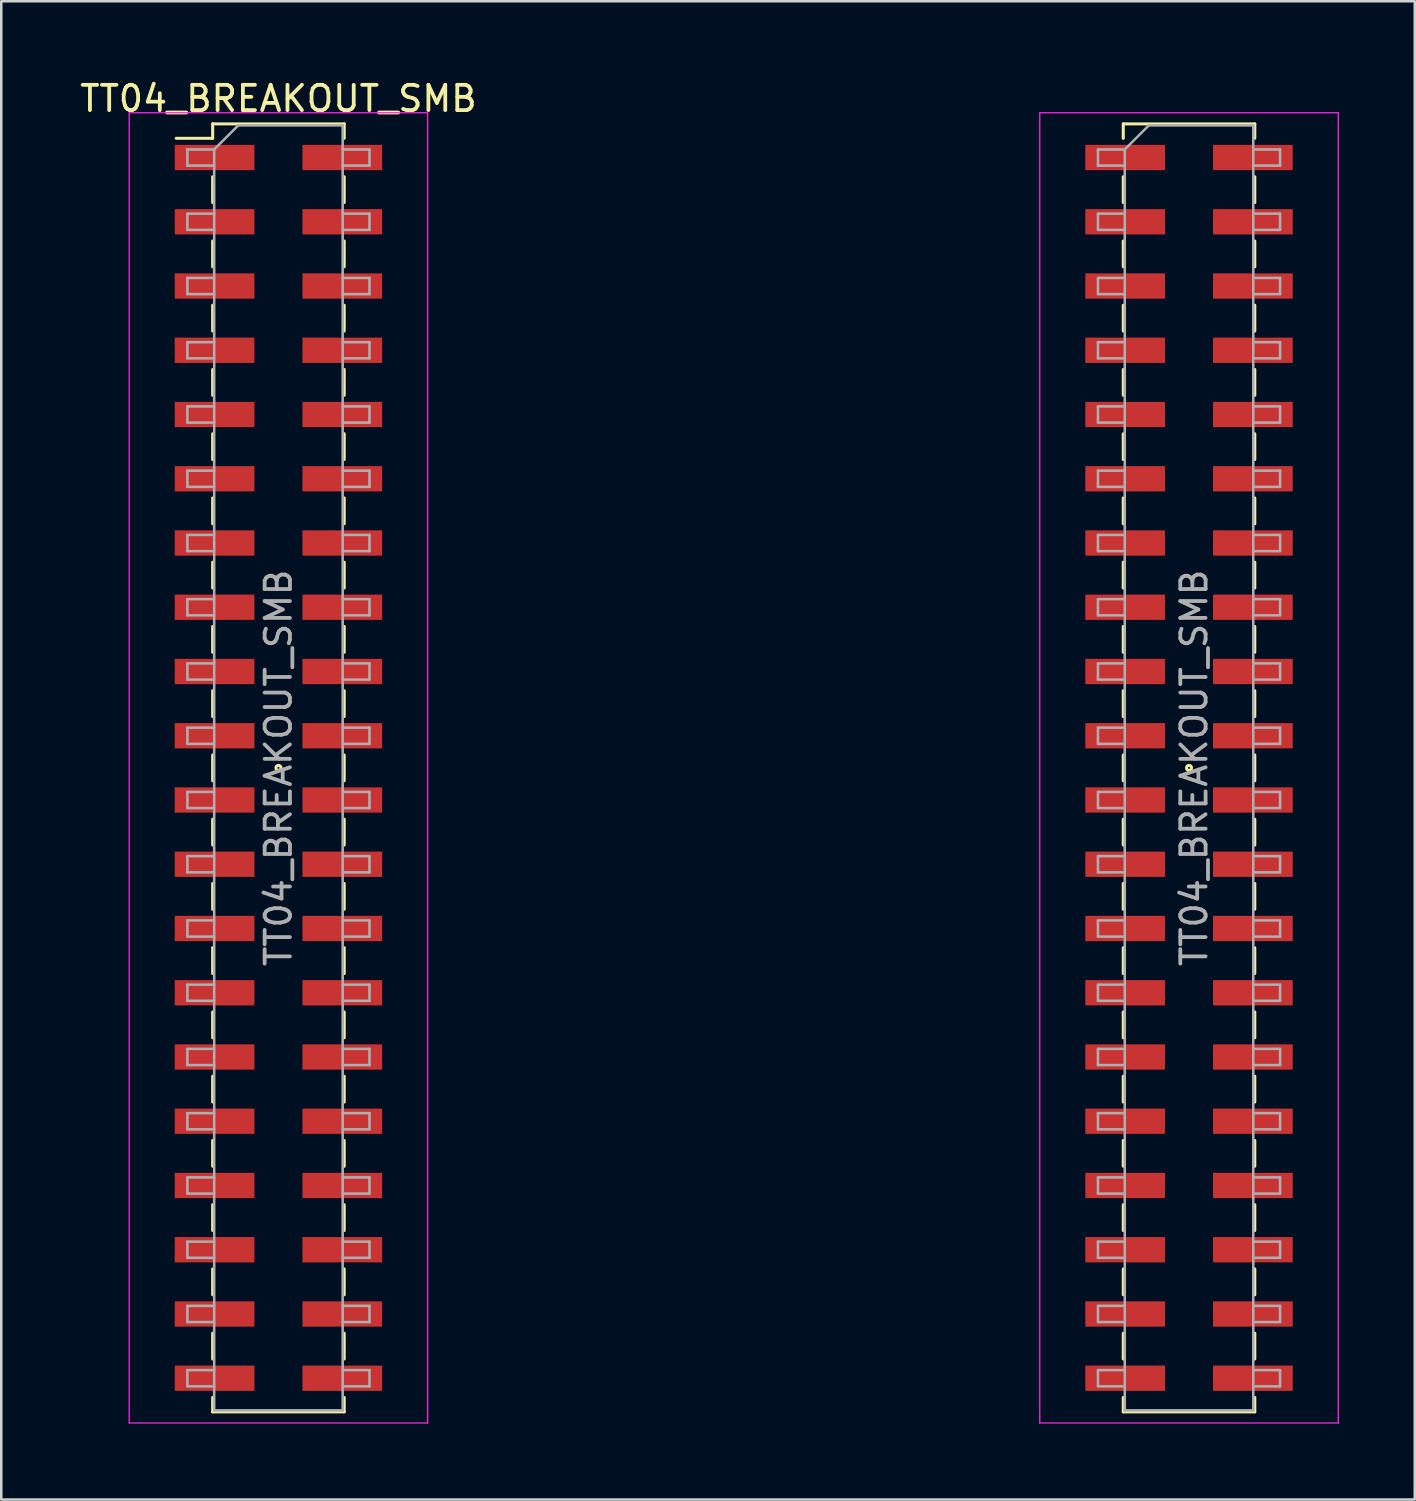
<source format=kicad_pcb>
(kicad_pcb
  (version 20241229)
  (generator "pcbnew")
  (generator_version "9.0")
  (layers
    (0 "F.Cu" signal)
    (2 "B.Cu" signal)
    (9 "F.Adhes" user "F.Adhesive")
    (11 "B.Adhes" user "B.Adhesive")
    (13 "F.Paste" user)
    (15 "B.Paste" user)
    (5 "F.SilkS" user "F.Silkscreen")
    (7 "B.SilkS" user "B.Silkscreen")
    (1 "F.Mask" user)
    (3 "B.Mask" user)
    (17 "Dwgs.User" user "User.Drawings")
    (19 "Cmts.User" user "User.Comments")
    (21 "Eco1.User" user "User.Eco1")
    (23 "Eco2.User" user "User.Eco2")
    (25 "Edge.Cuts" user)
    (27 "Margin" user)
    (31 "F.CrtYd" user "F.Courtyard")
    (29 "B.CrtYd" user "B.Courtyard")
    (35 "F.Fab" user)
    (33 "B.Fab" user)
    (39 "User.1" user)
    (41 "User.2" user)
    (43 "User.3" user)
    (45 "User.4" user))
  (footprint "TT04_BREAKOUT_SMB"
    (layer "F.Cu")
    (at 25.958 27.308)
    (property "Reference" "TT04_BREAKOUT_SMB" (at -18 -26.46 0) (layer "F.SilkS") (effects (font (size 1 1) (thickness 0.15))))
    (attr smd)
    (fp_line (start -22.04 -24.89) (end -20.6 -24.89) (stroke (width 0.12) (type solid)) (layer "F.SilkS"))
    (fp_line (start -20.6 -25.46) (end -20.6 -24.89) (stroke (width 0.12) (type solid)) (layer "F.SilkS"))
    (fp_line (start -20.6 -25.46) (end -15.4 -25.46) (stroke (width 0.12) (type solid)) (layer "F.SilkS"))
    (fp_line (start -20.6 -23.37) (end -20.6 -22.35) (stroke (width 0.12) (type solid)) (layer "F.SilkS"))
    (fp_line (start -20.6 -20.83) (end -20.6 -19.81) (stroke (width 0.12) (type solid)) (layer "F.SilkS"))
    (fp_line (start -20.6 -18.29) (end -20.6 -17.27) (stroke (width 0.12) (type solid)) (layer "F.SilkS"))
    (fp_line (start -20.6 -15.75) (end -20.6 -14.73) (stroke (width 0.12) (type solid)) (layer "F.SilkS"))
    (fp_line (start -20.6 -13.21) (end -20.6 -12.19) (stroke (width 0.12) (type solid)) (layer "F.SilkS"))
    (fp_line (start -20.6 -10.67) (end -20.6 -9.65) (stroke (width 0.12) (type solid)) (layer "F.SilkS"))
    (fp_line (start -20.6 -8.13) (end -20.6 -7.11) (stroke (width 0.12) (type solid)) (layer "F.SilkS"))
    (fp_line (start -20.6 -5.59) (end -20.6 -4.57) (stroke (width 0.12) (type solid)) (layer "F.SilkS"))
    (fp_line (start -20.6 -3.05) (end -20.6 -2.03) (stroke (width 0.12) (type solid)) (layer "F.SilkS"))
    (fp_line (start -20.6 -0.51) (end -20.6 0.51) (stroke (width 0.12) (type solid)) (layer "F.SilkS"))
    (fp_line (start -20.6 2.03) (end -20.6 3.05) (stroke (width 0.12) (type solid)) (layer "F.SilkS"))
    (fp_line (start -20.6 4.57) (end -20.6 5.59) (stroke (width 0.12) (type solid)) (layer "F.SilkS"))
    (fp_line (start -20.6 7.11) (end -20.6 8.13) (stroke (width 0.12) (type solid)) (layer "F.SilkS"))
    (fp_line (start -20.6 9.65) (end -20.6 10.67) (stroke (width 0.12) (type solid)) (layer "F.SilkS"))
    (fp_line (start -20.6 12.19) (end -20.6 13.21) (stroke (width 0.12) (type solid)) (layer "F.SilkS"))
    (fp_line (start -20.6 14.73) (end -20.6 15.75) (stroke (width 0.12) (type solid)) (layer "F.SilkS"))
    (fp_line (start -20.6 17.27) (end -20.6 18.29) (stroke (width 0.12) (type solid)) (layer "F.SilkS"))
    (fp_line (start -20.6 19.81) (end -20.6 20.83) (stroke (width 0.12) (type solid)) (layer "F.SilkS"))
    (fp_line (start -20.6 22.35) (end -20.6 23.37) (stroke (width 0.12) (type solid)) (layer "F.SilkS"))
    (fp_line (start -20.6 24.89) (end -20.6 25.46) (stroke (width 0.12) (type solid)) (layer "F.SilkS"))
    (fp_line (start -20.6 25.46) (end -15.4 25.46) (stroke (width 0.12) (type solid)) (layer "F.SilkS"))
    (fp_line (start -15.4 -25.46) (end -15.4 -24.89) (stroke (width 0.12) (type solid)) (layer "F.SilkS"))
    (fp_line (start -15.4 -23.37) (end -15.4 -22.35) (stroke (width 0.12) (type solid)) (layer "F.SilkS"))
    (fp_line (start -15.4 -20.83) (end -15.4 -19.81) (stroke (width 0.12) (type solid)) (layer "F.SilkS"))
    (fp_line (start -15.4 -18.29) (end -15.4 -17.27) (stroke (width 0.12) (type solid)) (layer "F.SilkS"))
    (fp_line (start -15.4 -15.75) (end -15.4 -14.73) (stroke (width 0.12) (type solid)) (layer "F.SilkS"))
    (fp_line (start -15.4 -13.21) (end -15.4 -12.19) (stroke (width 0.12) (type solid)) (layer "F.SilkS"))
    (fp_line (start -15.4 -10.67) (end -15.4 -9.65) (stroke (width 0.12) (type solid)) (layer "F.SilkS"))
    (fp_line (start -15.4 -8.13) (end -15.4 -7.11) (stroke (width 0.12) (type solid)) (layer "F.SilkS"))
    (fp_line (start -15.4 -5.59) (end -15.4 -4.57) (stroke (width 0.12) (type solid)) (layer "F.SilkS"))
    (fp_line (start -15.4 -3.05) (end -15.4 -2.03) (stroke (width 0.12) (type solid)) (layer "F.SilkS"))
    (fp_line (start -15.4 -0.51) (end -15.4 0.51) (stroke (width 0.12) (type solid)) (layer "F.SilkS"))
    (fp_line (start -15.4 2.03) (end -15.4 3.05) (stroke (width 0.12) (type solid)) (layer "F.SilkS"))
    (fp_line (start -15.4 4.57) (end -15.4 5.59) (stroke (width 0.12) (type solid)) (layer "F.SilkS"))
    (fp_line (start -15.4 7.11) (end -15.4 8.13) (stroke (width 0.12) (type solid)) (layer "F.SilkS"))
    (fp_line (start -15.4 9.65) (end -15.4 10.67) (stroke (width 0.12) (type solid)) (layer "F.SilkS"))
    (fp_line (start -15.4 12.19) (end -15.4 13.21) (stroke (width 0.12) (type solid)) (layer "F.SilkS"))
    (fp_line (start -15.4 14.73) (end -15.4 15.75) (stroke (width 0.12) (type solid)) (layer "F.SilkS"))
    (fp_line (start -15.4 17.27) (end -15.4 18.29) (stroke (width 0.12) (type solid)) (layer "F.SilkS"))
    (fp_line (start -15.4 19.81) (end -15.4 20.83) (stroke (width 0.12) (type solid)) (layer "F.SilkS"))
    (fp_line (start -15.4 22.35) (end -15.4 23.37) (stroke (width 0.12) (type solid)) (layer "F.SilkS"))
    (fp_line (start -15.4 24.89) (end -15.4 25.46) (stroke (width 0.12) (type solid)) (layer "F.SilkS"))
    (fp_line (start 15.4 -25.46) (end 15.4 -24.89) (stroke (width 0.12) (type solid)) (layer "F.SilkS"))
    (fp_line (start 15.4 -25.46) (end 20.6 -25.46) (stroke (width 0.12) (type solid)) (layer "F.SilkS"))
    (fp_line (start 15.4 -23.37) (end 15.4 -22.35) (stroke (width 0.12) (type solid)) (layer "F.SilkS"))
    (fp_line (start 15.4 -20.83) (end 15.4 -19.81) (stroke (width 0.12) (type solid)) (layer "F.SilkS"))
    (fp_line (start 15.4 -18.29) (end 15.4 -17.27) (stroke (width 0.12) (type solid)) (layer "F.SilkS"))
    (fp_line (start 15.4 -15.75) (end 15.4 -14.73) (stroke (width 0.12) (type solid)) (layer "F.SilkS"))
    (fp_line (start 15.4 -13.21) (end 15.4 -12.19) (stroke (width 0.12) (type solid)) (layer "F.SilkS"))
    (fp_line (start 15.4 -10.67) (end 15.4 -9.65) (stroke (width 0.12) (type solid)) (layer "F.SilkS"))
    (fp_line (start 15.4 -8.13) (end 15.4 -7.11) (stroke (width 0.12) (type solid)) (layer "F.SilkS"))
    (fp_line (start 15.4 -5.59) (end 15.4 -4.57) (stroke (width 0.12) (type solid)) (layer "F.SilkS"))
    (fp_line (start 15.4 -3.05) (end 15.4 -2.03) (stroke (width 0.12) (type solid)) (layer "F.SilkS"))
    (fp_line (start 15.4 -0.51) (end 15.4 0.51) (stroke (width 0.12) (type solid)) (layer "F.SilkS"))
    (fp_line (start 15.4 2.03) (end 15.4 3.05) (stroke (width 0.12) (type solid)) (layer "F.SilkS"))
    (fp_line (start 15.4 4.57) (end 15.4 5.59) (stroke (width 0.12) (type solid)) (layer "F.SilkS"))
    (fp_line (start 15.4 7.11) (end 15.4 8.13) (stroke (width 0.12) (type solid)) (layer "F.SilkS"))
    (fp_line (start 15.4 9.65) (end 15.4 10.67) (stroke (width 0.12) (type solid)) (layer "F.SilkS"))
    (fp_line (start 15.4 12.19) (end 15.4 13.21) (stroke (width 0.12) (type solid)) (layer "F.SilkS"))
    (fp_line (start 15.4 14.73) (end 15.4 15.75) (stroke (width 0.12) (type solid)) (layer "F.SilkS"))
    (fp_line (start 15.4 17.27) (end 15.4 18.29) (stroke (width 0.12) (type solid)) (layer "F.SilkS"))
    (fp_line (start 15.4 19.81) (end 15.4 20.83) (stroke (width 0.12) (type solid)) (layer "F.SilkS"))
    (fp_line (start 15.4 22.35) (end 15.4 23.37) (stroke (width 0.12) (type solid)) (layer "F.SilkS"))
    (fp_line (start 15.4 24.89) (end 15.4 25.46) (stroke (width 0.12) (type solid)) (layer "F.SilkS"))
    (fp_line (start 15.4 25.46) (end 20.6 25.46) (stroke (width 0.12) (type solid)) (layer "F.SilkS"))
    (fp_line (start 20.6 -25.46) (end 20.6 -24.89) (stroke (width 0.12) (type solid)) (layer "F.SilkS"))
    (fp_line (start 20.6 -23.37) (end 20.6 -22.35) (stroke (width 0.12) (type solid)) (layer "F.SilkS"))
    (fp_line (start 20.6 -20.83) (end 20.6 -19.81) (stroke (width 0.12) (type solid)) (layer "F.SilkS"))
    (fp_line (start 20.6 -18.29) (end 20.6 -17.27) (stroke (width 0.12) (type solid)) (layer "F.SilkS"))
    (fp_line (start 20.6 -15.75) (end 20.6 -14.73) (stroke (width 0.12) (type solid)) (layer "F.SilkS"))
    (fp_line (start 20.6 -13.21) (end 20.6 -12.19) (stroke (width 0.12) (type solid)) (layer "F.SilkS"))
    (fp_line (start 20.6 -10.67) (end 20.6 -9.65) (stroke (width 0.12) (type solid)) (layer "F.SilkS"))
    (fp_line (start 20.6 -8.13) (end 20.6 -7.11) (stroke (width 0.12) (type solid)) (layer "F.SilkS"))
    (fp_line (start 20.6 -5.59) (end 20.6 -4.57) (stroke (width 0.12) (type solid)) (layer "F.SilkS"))
    (fp_line (start 20.6 -3.05) (end 20.6 -2.03) (stroke (width 0.12) (type solid)) (layer "F.SilkS"))
    (fp_line (start 20.6 -0.51) (end 20.6 0.51) (stroke (width 0.12) (type solid)) (layer "F.SilkS"))
    (fp_line (start 20.6 2.03) (end 20.6 3.05) (stroke (width 0.12) (type solid)) (layer "F.SilkS"))
    (fp_line (start 20.6 4.57) (end 20.6 5.59) (stroke (width 0.12) (type solid)) (layer "F.SilkS"))
    (fp_line (start 20.6 7.11) (end 20.6 8.13) (stroke (width 0.12) (type solid)) (layer "F.SilkS"))
    (fp_line (start 20.6 9.65) (end 20.6 10.67) (stroke (width 0.12) (type solid)) (layer "F.SilkS"))
    (fp_line (start 20.6 12.19) (end 20.6 13.21) (stroke (width 0.12) (type solid)) (layer "F.SilkS"))
    (fp_line (start 20.6 14.73) (end 20.6 15.75) (stroke (width 0.12) (type solid)) (layer "F.SilkS"))
    (fp_line (start 20.6 17.27) (end 20.6 18.29) (stroke (width 0.12) (type solid)) (layer "F.SilkS"))
    (fp_line (start 20.6 19.81) (end 20.6 20.83) (stroke (width 0.12) (type solid)) (layer "F.SilkS"))
    (fp_line (start 20.6 22.35) (end 20.6 23.37) (stroke (width 0.12) (type solid)) (layer "F.SilkS"))
    (fp_line (start 20.6 24.89) (end 20.6 25.46) (stroke (width 0.12) (type solid)) (layer "F.SilkS"))
    (fp_circle (center -18 0) (end -17.9 0) (stroke (width 0.12) (type default)) (fill no) (layer "F.SilkS"))
    (fp_circle (center 18 0) (end 18.1 0) (stroke (width 0.12) (type default)) (fill no) (layer "F.SilkS"))
    (fp_line (start -23.9 -25.9) (end -23.9 25.9) (stroke (width 0.05) (type solid)) (layer "F.CrtYd"))
    (fp_line (start -23.9 25.9) (end -12.1 25.9) (stroke (width 0.05) (type solid)) (layer "F.CrtYd"))
    (fp_line (start -12.1 -25.9) (end -23.9 -25.9) (stroke (width 0.05) (type solid)) (layer "F.CrtYd"))
    (fp_line (start -12.1 25.9) (end -12.1 -25.9) (stroke (width 0.05) (type solid)) (layer "F.CrtYd"))
    (fp_line (start 12.1 -25.9) (end 12.1 25.9) (stroke (width 0.05) (type solid)) (layer "F.CrtYd"))
    (fp_line (start 12.1 25.9) (end 23.9 25.9) (stroke (width 0.05) (type solid)) (layer "F.CrtYd"))
    (fp_line (start 23.9 -25.9) (end 12.1 -25.9) (stroke (width 0.05) (type solid)) (layer "F.CrtYd"))
    (fp_line (start 23.9 25.9) (end 23.9 -25.9) (stroke (width 0.05) (type solid)) (layer "F.CrtYd"))
    (fp_line (start -21.6 -24.45) (end -21.6 -23.81) (stroke (width 0.1) (type solid)) (layer "F.Fab"))
    (fp_line (start -21.6 -23.81) (end -20.54 -23.81) (stroke (width 0.1) (type solid)) (layer "F.Fab"))
    (fp_line (start -21.6 -21.91) (end -21.6 -21.27) (stroke (width 0.1) (type solid)) (layer "F.Fab"))
    (fp_line (start -21.6 -21.27) (end -20.54 -21.27) (stroke (width 0.1) (type solid)) (layer "F.Fab"))
    (fp_line (start -21.6 -19.37) (end -21.6 -18.73) (stroke (width 0.1) (type solid)) (layer "F.Fab"))
    (fp_line (start -21.6 -18.73) (end -20.54 -18.73) (stroke (width 0.1) (type solid)) (layer "F.Fab"))
    (fp_line (start -21.6 -16.83) (end -21.6 -16.19) (stroke (width 0.1) (type solid)) (layer "F.Fab"))
    (fp_line (start -21.6 -16.19) (end -20.54 -16.19) (stroke (width 0.1) (type solid)) (layer "F.Fab"))
    (fp_line (start -21.6 -14.29) (end -21.6 -13.65) (stroke (width 0.1) (type solid)) (layer "F.Fab"))
    (fp_line (start -21.6 -13.65) (end -20.54 -13.65) (stroke (width 0.1) (type solid)) (layer "F.Fab"))
    (fp_line (start -21.6 -11.75) (end -21.6 -11.11) (stroke (width 0.1) (type solid)) (layer "F.Fab"))
    (fp_line (start -21.6 -11.11) (end -20.54 -11.11) (stroke (width 0.1) (type solid)) (layer "F.Fab"))
    (fp_line (start -21.6 -9.21) (end -21.6 -8.57) (stroke (width 0.1) (type solid)) (layer "F.Fab"))
    (fp_line (start -21.6 -8.57) (end -20.54 -8.57) (stroke (width 0.1) (type solid)) (layer "F.Fab"))
    (fp_line (start -21.6 -6.67) (end -21.6 -6.03) (stroke (width 0.1) (type solid)) (layer "F.Fab"))
    (fp_line (start -21.6 -6.03) (end -20.54 -6.03) (stroke (width 0.1) (type solid)) (layer "F.Fab"))
    (fp_line (start -21.6 -4.13) (end -21.6 -3.49) (stroke (width 0.1) (type solid)) (layer "F.Fab"))
    (fp_line (start -21.6 -3.49) (end -20.54 -3.49) (stroke (width 0.1) (type solid)) (layer "F.Fab"))
    (fp_line (start -21.6 -1.59) (end -21.6 -0.95) (stroke (width 0.1) (type solid)) (layer "F.Fab"))
    (fp_line (start -21.6 -0.95) (end -20.54 -0.95) (stroke (width 0.1) (type solid)) (layer "F.Fab"))
    (fp_line (start -21.6 0.95) (end -21.6 1.59) (stroke (width 0.1) (type solid)) (layer "F.Fab"))
    (fp_line (start -21.6 1.59) (end -20.54 1.59) (stroke (width 0.1) (type solid)) (layer "F.Fab"))
    (fp_line (start -21.6 3.49) (end -21.6 4.13) (stroke (width 0.1) (type solid)) (layer "F.Fab"))
    (fp_line (start -21.6 4.13) (end -20.54 4.13) (stroke (width 0.1) (type solid)) (layer "F.Fab"))
    (fp_line (start -21.6 6.03) (end -21.6 6.67) (stroke (width 0.1) (type solid)) (layer "F.Fab"))
    (fp_line (start -21.6 6.67) (end -20.54 6.67) (stroke (width 0.1) (type solid)) (layer "F.Fab"))
    (fp_line (start -21.6 8.57) (end -21.6 9.21) (stroke (width 0.1) (type solid)) (layer "F.Fab"))
    (fp_line (start -21.6 9.21) (end -20.54 9.21) (stroke (width 0.1) (type solid)) (layer "F.Fab"))
    (fp_line (start -21.6 11.11) (end -21.6 11.75) (stroke (width 0.1) (type solid)) (layer "F.Fab"))
    (fp_line (start -21.6 11.75) (end -20.54 11.75) (stroke (width 0.1) (type solid)) (layer "F.Fab"))
    (fp_line (start -21.6 13.65) (end -21.6 14.29) (stroke (width 0.1) (type solid)) (layer "F.Fab"))
    (fp_line (start -21.6 14.29) (end -20.54 14.29) (stroke (width 0.1) (type solid)) (layer "F.Fab"))
    (fp_line (start -21.6 16.19) (end -21.6 16.83) (stroke (width 0.1) (type solid)) (layer "F.Fab"))
    (fp_line (start -21.6 16.83) (end -20.54 16.83) (stroke (width 0.1) (type solid)) (layer "F.Fab"))
    (fp_line (start -21.6 18.73) (end -21.6 19.37) (stroke (width 0.1) (type solid)) (layer "F.Fab"))
    (fp_line (start -21.6 19.37) (end -20.54 19.37) (stroke (width 0.1) (type solid)) (layer "F.Fab"))
    (fp_line (start -21.6 21.27) (end -21.6 21.91) (stroke (width 0.1) (type solid)) (layer "F.Fab"))
    (fp_line (start -21.6 21.91) (end -20.54 21.91) (stroke (width 0.1) (type solid)) (layer "F.Fab"))
    (fp_line (start -21.6 23.81) (end -21.6 24.45) (stroke (width 0.1) (type solid)) (layer "F.Fab"))
    (fp_line (start -21.6 24.45) (end -20.54 24.45) (stroke (width 0.1) (type solid)) (layer "F.Fab"))
    (fp_line (start -20.54 -24.45) (end -21.6 -24.45) (stroke (width 0.1) (type solid)) (layer "F.Fab"))
    (fp_line (start -20.54 -24.45) (end -19.59 -25.4) (stroke (width 0.1) (type solid)) (layer "F.Fab"))
    (fp_line (start -20.54 -21.91) (end -21.6 -21.91) (stroke (width 0.1) (type solid)) (layer "F.Fab"))
    (fp_line (start -20.54 -19.37) (end -21.6 -19.37) (stroke (width 0.1) (type solid)) (layer "F.Fab"))
    (fp_line (start -20.54 -16.83) (end -21.6 -16.83) (stroke (width 0.1) (type solid)) (layer "F.Fab"))
    (fp_line (start -20.54 -14.29) (end -21.6 -14.29) (stroke (width 0.1) (type solid)) (layer "F.Fab"))
    (fp_line (start -20.54 -11.75) (end -21.6 -11.75) (stroke (width 0.1) (type solid)) (layer "F.Fab"))
    (fp_line (start -20.54 -9.21) (end -21.6 -9.21) (stroke (width 0.1) (type solid)) (layer "F.Fab"))
    (fp_line (start -20.54 -6.67) (end -21.6 -6.67) (stroke (width 0.1) (type solid)) (layer "F.Fab"))
    (fp_line (start -20.54 -4.13) (end -21.6 -4.13) (stroke (width 0.1) (type solid)) (layer "F.Fab"))
    (fp_line (start -20.54 -1.59) (end -21.6 -1.59) (stroke (width 0.1) (type solid)) (layer "F.Fab"))
    (fp_line (start -20.54 0.95) (end -21.6 0.95) (stroke (width 0.1) (type solid)) (layer "F.Fab"))
    (fp_line (start -20.54 3.49) (end -21.6 3.49) (stroke (width 0.1) (type solid)) (layer "F.Fab"))
    (fp_line (start -20.54 6.03) (end -21.6 6.03) (stroke (width 0.1) (type solid)) (layer "F.Fab"))
    (fp_line (start -20.54 8.57) (end -21.6 8.57) (stroke (width 0.1) (type solid)) (layer "F.Fab"))
    (fp_line (start -20.54 11.11) (end -21.6 11.11) (stroke (width 0.1) (type solid)) (layer "F.Fab"))
    (fp_line (start -20.54 13.65) (end -21.6 13.65) (stroke (width 0.1) (type solid)) (layer "F.Fab"))
    (fp_line (start -20.54 16.19) (end -21.6 16.19) (stroke (width 0.1) (type solid)) (layer "F.Fab"))
    (fp_line (start -20.54 18.73) (end -21.6 18.73) (stroke (width 0.1) (type solid)) (layer "F.Fab"))
    (fp_line (start -20.54 21.27) (end -21.6 21.27) (stroke (width 0.1) (type solid)) (layer "F.Fab"))
    (fp_line (start -20.54 23.81) (end -21.6 23.81) (stroke (width 0.1) (type solid)) (layer "F.Fab"))
    (fp_line (start -20.54 25.4) (end -20.54 -24.45) (stroke (width 0.1) (type solid)) (layer "F.Fab"))
    (fp_line (start -19.59 -25.4) (end -15.46 -25.4) (stroke (width 0.1) (type solid)) (layer "F.Fab"))
    (fp_line (start -15.46 -25.4) (end -15.46 25.4) (stroke (width 0.1) (type solid)) (layer "F.Fab"))
    (fp_line (start -15.46 -24.45) (end -14.4 -24.45) (stroke (width 0.1) (type solid)) (layer "F.Fab"))
    (fp_line (start -15.46 -21.91) (end -14.4 -21.91) (stroke (width 0.1) (type solid)) (layer "F.Fab"))
    (fp_line (start -15.46 -19.37) (end -14.4 -19.37) (stroke (width 0.1) (type solid)) (layer "F.Fab"))
    (fp_line (start -15.46 -16.83) (end -14.4 -16.83) (stroke (width 0.1) (type solid)) (layer "F.Fab"))
    (fp_line (start -15.46 -14.29) (end -14.4 -14.29) (stroke (width 0.1) (type solid)) (layer "F.Fab"))
    (fp_line (start -15.46 -11.75) (end -14.4 -11.75) (stroke (width 0.1) (type solid)) (layer "F.Fab"))
    (fp_line (start -15.46 -9.21) (end -14.4 -9.21) (stroke (width 0.1) (type solid)) (layer "F.Fab"))
    (fp_line (start -15.46 -6.67) (end -14.4 -6.67) (stroke (width 0.1) (type solid)) (layer "F.Fab"))
    (fp_line (start -15.46 -4.13) (end -14.4 -4.13) (stroke (width 0.1) (type solid)) (layer "F.Fab"))
    (fp_line (start -15.46 -1.59) (end -14.4 -1.59) (stroke (width 0.1) (type solid)) (layer "F.Fab"))
    (fp_line (start -15.46 0.95) (end -14.4 0.95) (stroke (width 0.1) (type solid)) (layer "F.Fab"))
    (fp_line (start -15.46 3.49) (end -14.4 3.49) (stroke (width 0.1) (type solid)) (layer "F.Fab"))
    (fp_line (start -15.46 6.03) (end -14.4 6.03) (stroke (width 0.1) (type solid)) (layer "F.Fab"))
    (fp_line (start -15.46 8.57) (end -14.4 8.57) (stroke (width 0.1) (type solid)) (layer "F.Fab"))
    (fp_line (start -15.46 11.11) (end -14.4 11.11) (stroke (width 0.1) (type solid)) (layer "F.Fab"))
    (fp_line (start -15.46 13.65) (end -14.4 13.65) (stroke (width 0.1) (type solid)) (layer "F.Fab"))
    (fp_line (start -15.46 16.19) (end -14.4 16.19) (stroke (width 0.1) (type solid)) (layer "F.Fab"))
    (fp_line (start -15.46 18.73) (end -14.4 18.73) (stroke (width 0.1) (type solid)) (layer "F.Fab"))
    (fp_line (start -15.46 21.27) (end -14.4 21.27) (stroke (width 0.1) (type solid)) (layer "F.Fab"))
    (fp_line (start -15.46 23.81) (end -14.4 23.81) (stroke (width 0.1) (type solid)) (layer "F.Fab"))
    (fp_line (start -15.46 25.4) (end -20.54 25.4) (stroke (width 0.1) (type solid)) (layer "F.Fab"))
    (fp_line (start -14.4 -24.45) (end -14.4 -23.81) (stroke (width 0.1) (type solid)) (layer "F.Fab"))
    (fp_line (start -14.4 -23.81) (end -15.46 -23.81) (stroke (width 0.1) (type solid)) (layer "F.Fab"))
    (fp_line (start -14.4 -21.91) (end -14.4 -21.27) (stroke (width 0.1) (type solid)) (layer "F.Fab"))
    (fp_line (start -14.4 -21.27) (end -15.46 -21.27) (stroke (width 0.1) (type solid)) (layer "F.Fab"))
    (fp_line (start -14.4 -19.37) (end -14.4 -18.73) (stroke (width 0.1) (type solid)) (layer "F.Fab"))
    (fp_line (start -14.4 -18.73) (end -15.46 -18.73) (stroke (width 0.1) (type solid)) (layer "F.Fab"))
    (fp_line (start -14.4 -16.83) (end -14.4 -16.19) (stroke (width 0.1) (type solid)) (layer "F.Fab"))
    (fp_line (start -14.4 -16.19) (end -15.46 -16.19) (stroke (width 0.1) (type solid)) (layer "F.Fab"))
    (fp_line (start -14.4 -14.29) (end -14.4 -13.65) (stroke (width 0.1) (type solid)) (layer "F.Fab"))
    (fp_line (start -14.4 -13.65) (end -15.46 -13.65) (stroke (width 0.1) (type solid)) (layer "F.Fab"))
    (fp_line (start -14.4 -11.75) (end -14.4 -11.11) (stroke (width 0.1) (type solid)) (layer "F.Fab"))
    (fp_line (start -14.4 -11.11) (end -15.46 -11.11) (stroke (width 0.1) (type solid)) (layer "F.Fab"))
    (fp_line (start -14.4 -9.21) (end -14.4 -8.57) (stroke (width 0.1) (type solid)) (layer "F.Fab"))
    (fp_line (start -14.4 -8.57) (end -15.46 -8.57) (stroke (width 0.1) (type solid)) (layer "F.Fab"))
    (fp_line (start -14.4 -6.67) (end -14.4 -6.03) (stroke (width 0.1) (type solid)) (layer "F.Fab"))
    (fp_line (start -14.4 -6.03) (end -15.46 -6.03) (stroke (width 0.1) (type solid)) (layer "F.Fab"))
    (fp_line (start -14.4 -4.13) (end -14.4 -3.49) (stroke (width 0.1) (type solid)) (layer "F.Fab"))
    (fp_line (start -14.4 -3.49) (end -15.46 -3.49) (stroke (width 0.1) (type solid)) (layer "F.Fab"))
    (fp_line (start -14.4 -1.59) (end -14.4 -0.95) (stroke (width 0.1) (type solid)) (layer "F.Fab"))
    (fp_line (start -14.4 -0.95) (end -15.46 -0.95) (stroke (width 0.1) (type solid)) (layer "F.Fab"))
    (fp_line (start -14.4 0.95) (end -14.4 1.59) (stroke (width 0.1) (type solid)) (layer "F.Fab"))
    (fp_line (start -14.4 1.59) (end -15.46 1.59) (stroke (width 0.1) (type solid)) (layer "F.Fab"))
    (fp_line (start -14.4 3.49) (end -14.4 4.13) (stroke (width 0.1) (type solid)) (layer "F.Fab"))
    (fp_line (start -14.4 4.13) (end -15.46 4.13) (stroke (width 0.1) (type solid)) (layer "F.Fab"))
    (fp_line (start -14.4 6.03) (end -14.4 6.67) (stroke (width 0.1) (type solid)) (layer "F.Fab"))
    (fp_line (start -14.4 6.67) (end -15.46 6.67) (stroke (width 0.1) (type solid)) (layer "F.Fab"))
    (fp_line (start -14.4 8.57) (end -14.4 9.21) (stroke (width 0.1) (type solid)) (layer "F.Fab"))
    (fp_line (start -14.4 9.21) (end -15.46 9.21) (stroke (width 0.1) (type solid)) (layer "F.Fab"))
    (fp_line (start -14.4 11.11) (end -14.4 11.75) (stroke (width 0.1) (type solid)) (layer "F.Fab"))
    (fp_line (start -14.4 11.75) (end -15.46 11.75) (stroke (width 0.1) (type solid)) (layer "F.Fab"))
    (fp_line (start -14.4 13.65) (end -14.4 14.29) (stroke (width 0.1) (type solid)) (layer "F.Fab"))
    (fp_line (start -14.4 14.29) (end -15.46 14.29) (stroke (width 0.1) (type solid)) (layer "F.Fab"))
    (fp_line (start -14.4 16.19) (end -14.4 16.83) (stroke (width 0.1) (type solid)) (layer "F.Fab"))
    (fp_line (start -14.4 16.83) (end -15.46 16.83) (stroke (width 0.1) (type solid)) (layer "F.Fab"))
    (fp_line (start -14.4 18.73) (end -14.4 19.37) (stroke (width 0.1) (type solid)) (layer "F.Fab"))
    (fp_line (start -14.4 19.37) (end -15.46 19.37) (stroke (width 0.1) (type solid)) (layer "F.Fab"))
    (fp_line (start -14.4 21.27) (end -14.4 21.91) (stroke (width 0.1) (type solid)) (layer "F.Fab"))
    (fp_line (start -14.4 21.91) (end -15.46 21.91) (stroke (width 0.1) (type solid)) (layer "F.Fab"))
    (fp_line (start -14.4 23.81) (end -14.4 24.45) (stroke (width 0.1) (type solid)) (layer "F.Fab"))
    (fp_line (start -14.4 24.45) (end -15.46 24.45) (stroke (width 0.1) (type solid)) (layer "F.Fab"))
    (fp_line (start 14.4 -24.45) (end 14.4 -23.81) (stroke (width 0.1) (type solid)) (layer "F.Fab"))
    (fp_line (start 14.4 -23.81) (end 15.46 -23.81) (stroke (width 0.1) (type solid)) (layer "F.Fab"))
    (fp_line (start 14.4 -21.91) (end 14.4 -21.27) (stroke (width 0.1) (type solid)) (layer "F.Fab"))
    (fp_line (start 14.4 -21.27) (end 15.46 -21.27) (stroke (width 0.1) (type solid)) (layer "F.Fab"))
    (fp_line (start 14.4 -19.37) (end 14.4 -18.73) (stroke (width 0.1) (type solid)) (layer "F.Fab"))
    (fp_line (start 14.4 -18.73) (end 15.46 -18.73) (stroke (width 0.1) (type solid)) (layer "F.Fab"))
    (fp_line (start 14.4 -16.83) (end 14.4 -16.19) (stroke (width 0.1) (type solid)) (layer "F.Fab"))
    (fp_line (start 14.4 -16.19) (end 15.46 -16.19) (stroke (width 0.1) (type solid)) (layer "F.Fab"))
    (fp_line (start 14.4 -14.29) (end 14.4 -13.65) (stroke (width 0.1) (type solid)) (layer "F.Fab"))
    (fp_line (start 14.4 -13.65) (end 15.46 -13.65) (stroke (width 0.1) (type solid)) (layer "F.Fab"))
    (fp_line (start 14.4 -11.75) (end 14.4 -11.11) (stroke (width 0.1) (type solid)) (layer "F.Fab"))
    (fp_line (start 14.4 -11.11) (end 15.46 -11.11) (stroke (width 0.1) (type solid)) (layer "F.Fab"))
    (fp_line (start 14.4 -9.21) (end 14.4 -8.57) (stroke (width 0.1) (type solid)) (layer "F.Fab"))
    (fp_line (start 14.4 -8.57) (end 15.46 -8.57) (stroke (width 0.1) (type solid)) (layer "F.Fab"))
    (fp_line (start 14.4 -6.67) (end 14.4 -6.03) (stroke (width 0.1) (type solid)) (layer "F.Fab"))
    (fp_line (start 14.4 -6.03) (end 15.46 -6.03) (stroke (width 0.1) (type solid)) (layer "F.Fab"))
    (fp_line (start 14.4 -4.13) (end 14.4 -3.49) (stroke (width 0.1) (type solid)) (layer "F.Fab"))
    (fp_line (start 14.4 -3.49) (end 15.46 -3.49) (stroke (width 0.1) (type solid)) (layer "F.Fab"))
    (fp_line (start 14.4 -1.59) (end 14.4 -0.95) (stroke (width 0.1) (type solid)) (layer "F.Fab"))
    (fp_line (start 14.4 -0.95) (end 15.46 -0.95) (stroke (width 0.1) (type solid)) (layer "F.Fab"))
    (fp_line (start 14.4 0.95) (end 14.4 1.59) (stroke (width 0.1) (type solid)) (layer "F.Fab"))
    (fp_line (start 14.4 1.59) (end 15.46 1.59) (stroke (width 0.1) (type solid)) (layer "F.Fab"))
    (fp_line (start 14.4 3.49) (end 14.4 4.13) (stroke (width 0.1) (type solid)) (layer "F.Fab"))
    (fp_line (start 14.4 4.13) (end 15.46 4.13) (stroke (width 0.1) (type solid)) (layer "F.Fab"))
    (fp_line (start 14.4 6.03) (end 14.4 6.67) (stroke (width 0.1) (type solid)) (layer "F.Fab"))
    (fp_line (start 14.4 6.67) (end 15.46 6.67) (stroke (width 0.1) (type solid)) (layer "F.Fab"))
    (fp_line (start 14.4 8.57) (end 14.4 9.21) (stroke (width 0.1) (type solid)) (layer "F.Fab"))
    (fp_line (start 14.4 9.21) (end 15.46 9.21) (stroke (width 0.1) (type solid)) (layer "F.Fab"))
    (fp_line (start 14.4 11.11) (end 14.4 11.75) (stroke (width 0.1) (type solid)) (layer "F.Fab"))
    (fp_line (start 14.4 11.75) (end 15.46 11.75) (stroke (width 0.1) (type solid)) (layer "F.Fab"))
    (fp_line (start 14.4 13.65) (end 14.4 14.29) (stroke (width 0.1) (type solid)) (layer "F.Fab"))
    (fp_line (start 14.4 14.29) (end 15.46 14.29) (stroke (width 0.1) (type solid)) (layer "F.Fab"))
    (fp_line (start 14.4 16.19) (end 14.4 16.83) (stroke (width 0.1) (type solid)) (layer "F.Fab"))
    (fp_line (start 14.4 16.83) (end 15.46 16.83) (stroke (width 0.1) (type solid)) (layer "F.Fab"))
    (fp_line (start 14.4 18.73) (end 14.4 19.37) (stroke (width 0.1) (type solid)) (layer "F.Fab"))
    (fp_line (start 14.4 19.37) (end 15.46 19.37) (stroke (width 0.1) (type solid)) (layer "F.Fab"))
    (fp_line (start 14.4 21.27) (end 14.4 21.91) (stroke (width 0.1) (type solid)) (layer "F.Fab"))
    (fp_line (start 14.4 21.91) (end 15.46 21.91) (stroke (width 0.1) (type solid)) (layer "F.Fab"))
    (fp_line (start 14.4 23.81) (end 14.4 24.45) (stroke (width 0.1) (type solid)) (layer "F.Fab"))
    (fp_line (start 14.4 24.45) (end 15.46 24.45) (stroke (width 0.1) (type solid)) (layer "F.Fab"))
    (fp_line (start 15.46 -24.45) (end 14.4 -24.45) (stroke (width 0.1) (type solid)) (layer "F.Fab"))
    (fp_line (start 15.46 -24.45) (end 16.41 -25.4) (stroke (width 0.1) (type solid)) (layer "F.Fab"))
    (fp_line (start 15.46 -21.91) (end 14.4 -21.91) (stroke (width 0.1) (type solid)) (layer "F.Fab"))
    (fp_line (start 15.46 -19.37) (end 14.4 -19.37) (stroke (width 0.1) (type solid)) (layer "F.Fab"))
    (fp_line (start 15.46 -16.83) (end 14.4 -16.83) (stroke (width 0.1) (type solid)) (layer "F.Fab"))
    (fp_line (start 15.46 -14.29) (end 14.4 -14.29) (stroke (width 0.1) (type solid)) (layer "F.Fab"))
    (fp_line (start 15.46 -11.75) (end 14.4 -11.75) (stroke (width 0.1) (type solid)) (layer "F.Fab"))
    (fp_line (start 15.46 -9.21) (end 14.4 -9.21) (stroke (width 0.1) (type solid)) (layer "F.Fab"))
    (fp_line (start 15.46 -6.67) (end 14.4 -6.67) (stroke (width 0.1) (type solid)) (layer "F.Fab"))
    (fp_line (start 15.46 -4.13) (end 14.4 -4.13) (stroke (width 0.1) (type solid)) (layer "F.Fab"))
    (fp_line (start 15.46 -1.59) (end 14.4 -1.59) (stroke (width 0.1) (type solid)) (layer "F.Fab"))
    (fp_line (start 15.46 0.95) (end 14.4 0.95) (stroke (width 0.1) (type solid)) (layer "F.Fab"))
    (fp_line (start 15.46 3.49) (end 14.4 3.49) (stroke (width 0.1) (type solid)) (layer "F.Fab"))
    (fp_line (start 15.46 6.03) (end 14.4 6.03) (stroke (width 0.1) (type solid)) (layer "F.Fab"))
    (fp_line (start 15.46 8.57) (end 14.4 8.57) (stroke (width 0.1) (type solid)) (layer "F.Fab"))
    (fp_line (start 15.46 11.11) (end 14.4 11.11) (stroke (width 0.1) (type solid)) (layer "F.Fab"))
    (fp_line (start 15.46 13.65) (end 14.4 13.65) (stroke (width 0.1) (type solid)) (layer "F.Fab"))
    (fp_line (start 15.46 16.19) (end 14.4 16.19) (stroke (width 0.1) (type solid)) (layer "F.Fab"))
    (fp_line (start 15.46 18.73) (end 14.4 18.73) (stroke (width 0.1) (type solid)) (layer "F.Fab"))
    (fp_line (start 15.46 21.27) (end 14.4 21.27) (stroke (width 0.1) (type solid)) (layer "F.Fab"))
    (fp_line (start 15.46 23.81) (end 14.4 23.81) (stroke (width 0.1) (type solid)) (layer "F.Fab"))
    (fp_line (start 15.46 25.4) (end 15.46 -24.45) (stroke (width 0.1) (type solid)) (layer "F.Fab"))
    (fp_line (start 16.41 -25.4) (end 20.54 -25.4) (stroke (width 0.1) (type solid)) (layer "F.Fab"))
    (fp_line (start 20.54 -25.4) (end 20.54 25.4) (stroke (width 0.1) (type solid)) (layer "F.Fab"))
    (fp_line (start 20.54 -24.45) (end 21.6 -24.45) (stroke (width 0.1) (type solid)) (layer "F.Fab"))
    (fp_line (start 20.54 -21.91) (end 21.6 -21.91) (stroke (width 0.1) (type solid)) (layer "F.Fab"))
    (fp_line (start 20.54 -19.37) (end 21.6 -19.37) (stroke (width 0.1) (type solid)) (layer "F.Fab"))
    (fp_line (start 20.54 -16.83) (end 21.6 -16.83) (stroke (width 0.1) (type solid)) (layer "F.Fab"))
    (fp_line (start 20.54 -14.29) (end 21.6 -14.29) (stroke (width 0.1) (type solid)) (layer "F.Fab"))
    (fp_line (start 20.54 -11.75) (end 21.6 -11.75) (stroke (width 0.1) (type solid)) (layer "F.Fab"))
    (fp_line (start 20.54 -9.21) (end 21.6 -9.21) (stroke (width 0.1) (type solid)) (layer "F.Fab"))
    (fp_line (start 20.54 -6.67) (end 21.6 -6.67) (stroke (width 0.1) (type solid)) (layer "F.Fab"))
    (fp_line (start 20.54 -4.13) (end 21.6 -4.13) (stroke (width 0.1) (type solid)) (layer "F.Fab"))
    (fp_line (start 20.54 -1.59) (end 21.6 -1.59) (stroke (width 0.1) (type solid)) (layer "F.Fab"))
    (fp_line (start 20.54 0.95) (end 21.6 0.95) (stroke (width 0.1) (type solid)) (layer "F.Fab"))
    (fp_line (start 20.54 3.49) (end 21.6 3.49) (stroke (width 0.1) (type solid)) (layer "F.Fab"))
    (fp_line (start 20.54 6.03) (end 21.6 6.03) (stroke (width 0.1) (type solid)) (layer "F.Fab"))
    (fp_line (start 20.54 8.57) (end 21.6 8.57) (stroke (width 0.1) (type solid)) (layer "F.Fab"))
    (fp_line (start 20.54 11.11) (end 21.6 11.11) (stroke (width 0.1) (type solid)) (layer "F.Fab"))
    (fp_line (start 20.54 13.65) (end 21.6 13.65) (stroke (width 0.1) (type solid)) (layer "F.Fab"))
    (fp_line (start 20.54 16.19) (end 21.6 16.19) (stroke (width 0.1) (type solid)) (layer "F.Fab"))
    (fp_line (start 20.54 18.73) (end 21.6 18.73) (stroke (width 0.1) (type solid)) (layer "F.Fab"))
    (fp_line (start 20.54 21.27) (end 21.6 21.27) (stroke (width 0.1) (type solid)) (layer "F.Fab"))
    (fp_line (start 20.54 23.81) (end 21.6 23.81) (stroke (width 0.1) (type solid)) (layer "F.Fab"))
    (fp_line (start 20.54 25.4) (end 15.46 25.4) (stroke (width 0.1) (type solid)) (layer "F.Fab"))
    (fp_line (start 21.6 -24.45) (end 21.6 -23.81) (stroke (width 0.1) (type solid)) (layer "F.Fab"))
    (fp_line (start 21.6 -23.81) (end 20.54 -23.81) (stroke (width 0.1) (type solid)) (layer "F.Fab"))
    (fp_line (start 21.6 -21.91) (end 21.6 -21.27) (stroke (width 0.1) (type solid)) (layer "F.Fab"))
    (fp_line (start 21.6 -21.27) (end 20.54 -21.27) (stroke (width 0.1) (type solid)) (layer "F.Fab"))
    (fp_line (start 21.6 -19.37) (end 21.6 -18.73) (stroke (width 0.1) (type solid)) (layer "F.Fab"))
    (fp_line (start 21.6 -18.73) (end 20.54 -18.73) (stroke (width 0.1) (type solid)) (layer "F.Fab"))
    (fp_line (start 21.6 -16.83) (end 21.6 -16.19) (stroke (width 0.1) (type solid)) (layer "F.Fab"))
    (fp_line (start 21.6 -16.19) (end 20.54 -16.19) (stroke (width 0.1) (type solid)) (layer "F.Fab"))
    (fp_line (start 21.6 -14.29) (end 21.6 -13.65) (stroke (width 0.1) (type solid)) (layer "F.Fab"))
    (fp_line (start 21.6 -13.65) (end 20.54 -13.65) (stroke (width 0.1) (type solid)) (layer "F.Fab"))
    (fp_line (start 21.6 -11.75) (end 21.6 -11.11) (stroke (width 0.1) (type solid)) (layer "F.Fab"))
    (fp_line (start 21.6 -11.11) (end 20.54 -11.11) (stroke (width 0.1) (type solid)) (layer "F.Fab"))
    (fp_line (start 21.6 -9.21) (end 21.6 -8.57) (stroke (width 0.1) (type solid)) (layer "F.Fab"))
    (fp_line (start 21.6 -8.57) (end 20.54 -8.57) (stroke (width 0.1) (type solid)) (layer "F.Fab"))
    (fp_line (start 21.6 -6.67) (end 21.6 -6.03) (stroke (width 0.1) (type solid)) (layer "F.Fab"))
    (fp_line (start 21.6 -6.03) (end 20.54 -6.03) (stroke (width 0.1) (type solid)) (layer "F.Fab"))
    (fp_line (start 21.6 -4.13) (end 21.6 -3.49) (stroke (width 0.1) (type solid)) (layer "F.Fab"))
    (fp_line (start 21.6 -3.49) (end 20.54 -3.49) (stroke (width 0.1) (type solid)) (layer "F.Fab"))
    (fp_line (start 21.6 -1.59) (end 21.6 -0.95) (stroke (width 0.1) (type solid)) (layer "F.Fab"))
    (fp_line (start 21.6 -0.95) (end 20.54 -0.95) (stroke (width 0.1) (type solid)) (layer "F.Fab"))
    (fp_line (start 21.6 0.95) (end 21.6 1.59) (stroke (width 0.1) (type solid)) (layer "F.Fab"))
    (fp_line (start 21.6 1.59) (end 20.54 1.59) (stroke (width 0.1) (type solid)) (layer "F.Fab"))
    (fp_line (start 21.6 3.49) (end 21.6 4.13) (stroke (width 0.1) (type solid)) (layer "F.Fab"))
    (fp_line (start 21.6 4.13) (end 20.54 4.13) (stroke (width 0.1) (type solid)) (layer "F.Fab"))
    (fp_line (start 21.6 6.03) (end 21.6 6.67) (stroke (width 0.1) (type solid)) (layer "F.Fab"))
    (fp_line (start 21.6 6.67) (end 20.54 6.67) (stroke (width 0.1) (type solid)) (layer "F.Fab"))
    (fp_line (start 21.6 8.57) (end 21.6 9.21) (stroke (width 0.1) (type solid)) (layer "F.Fab"))
    (fp_line (start 21.6 9.21) (end 20.54 9.21) (stroke (width 0.1) (type solid)) (layer "F.Fab"))
    (fp_line (start 21.6 11.11) (end 21.6 11.75) (stroke (width 0.1) (type solid)) (layer "F.Fab"))
    (fp_line (start 21.6 11.75) (end 20.54 11.75) (stroke (width 0.1) (type solid)) (layer "F.Fab"))
    (fp_line (start 21.6 13.65) (end 21.6 14.29) (stroke (width 0.1) (type solid)) (layer "F.Fab"))
    (fp_line (start 21.6 14.29) (end 20.54 14.29) (stroke (width 0.1) (type solid)) (layer "F.Fab"))
    (fp_line (start 21.6 16.19) (end 21.6 16.83) (stroke (width 0.1) (type solid)) (layer "F.Fab"))
    (fp_line (start 21.6 16.83) (end 20.54 16.83) (stroke (width 0.1) (type solid)) (layer "F.Fab"))
    (fp_line (start 21.6 18.73) (end 21.6 19.37) (stroke (width 0.1) (type solid)) (layer "F.Fab"))
    (fp_line (start 21.6 19.37) (end 20.54 19.37) (stroke (width 0.1) (type solid)) (layer "F.Fab"))
    (fp_line (start 21.6 21.27) (end 21.6 21.91) (stroke (width 0.1) (type solid)) (layer "F.Fab"))
    (fp_line (start 21.6 21.91) (end 20.54 21.91) (stroke (width 0.1) (type solid)) (layer "F.Fab"))
    (fp_line (start 21.6 23.81) (end 21.6 24.45) (stroke (width 0.1) (type solid)) (layer "F.Fab"))
    (fp_line (start 21.6 24.45) (end 20.54 24.45) (stroke (width 0.1) (type solid)) (layer "F.Fab"))
    (fp_text user "${REFERENCE}" (at 18.2 0 90) (layer "F.Fab") (effects (font (size 1 1) (thickness 0.15))))
    (fp_text user "${REFERENCE}" (at -18 0 90) (layer "F.Fab") (effects (font (size 1 1) (thickness 0.15))))
    (pad "A1" smd rect (at -20.525 -24.13) (size 3.15 1) (layers "F.Cu" "F.Mask" "F.Paste"))
    (pad "A2" smd rect (at -15.475 -24.13) (size 3.15 1) (layers "F.Cu" "F.Mask" "F.Paste"))
    (pad "A3" smd rect (at -20.525 -21.59) (size 3.15 1) (layers "F.Cu" "F.Mask" "F.Paste"))
    (pad "A4" smd rect (at -15.475 -21.59) (size 3.15 1) (layers "F.Cu" "F.Mask" "F.Paste"))
    (pad "A5" smd rect (at -20.525 -19.05) (size 3.15 1) (layers "F.Cu" "F.Mask" "F.Paste"))
    (pad "A6" smd rect (at -15.475 -19.05) (size 3.15 1) (layers "F.Cu" "F.Mask" "F.Paste"))
    (pad "A7" smd rect (at -20.525 -16.51) (size 3.15 1) (layers "F.Cu" "F.Mask" "F.Paste"))
    (pad "A8" smd rect (at -15.475 -16.51) (size 3.15 1) (layers "F.Cu" "F.Mask" "F.Paste"))
    (pad "A9" smd rect (at -20.525 -13.97) (size 3.15 1) (layers "F.Cu" "F.Mask" "F.Paste"))
    (pad "A10" smd rect (at -15.475 -13.97) (size 3.15 1) (layers "F.Cu" "F.Mask" "F.Paste"))
    (pad "A11" smd rect (at -20.525 -11.43) (size 3.15 1) (layers "F.Cu" "F.Mask" "F.Paste"))
    (pad "A12" smd rect (at -15.475 -11.43) (size 3.15 1) (layers "F.Cu" "F.Mask" "F.Paste"))
    (pad "A13" smd rect (at -20.525 -8.89) (size 3.15 1) (layers "F.Cu" "F.Mask" "F.Paste"))
    (pad "A14" smd rect (at -15.475 -8.89) (size 3.15 1) (layers "F.Cu" "F.Mask" "F.Paste"))
    (pad "A15" smd rect (at -20.525 -6.35) (size 3.15 1) (layers "F.Cu" "F.Mask" "F.Paste"))
    (pad "A16" smd rect (at -15.475 -6.35) (size 3.15 1) (layers "F.Cu" "F.Mask" "F.Paste"))
    (pad "A17" smd rect (at -20.525 -3.81) (size 3.15 1) (layers "F.Cu" "F.Mask" "F.Paste"))
    (pad "A18" smd rect (at -15.475 -3.81) (size 3.15 1) (layers "F.Cu" "F.Mask" "F.Paste"))
    (pad "A19" smd rect (at -20.525 -1.27) (size 3.15 1) (layers "F.Cu" "F.Mask" "F.Paste"))
    (pad "A20" smd rect (at -15.475 -1.27) (size 3.15 1) (layers "F.Cu" "F.Mask" "F.Paste"))
    (pad "A21" smd rect (at -20.525 1.27) (size 3.15 1) (layers "F.Cu" "F.Mask" "F.Paste"))
    (pad "A22" smd rect (at -15.475 1.27) (size 3.15 1) (layers "F.Cu" "F.Mask" "F.Paste"))
    (pad "A23" smd rect (at -20.525 3.81) (size 3.15 1) (layers "F.Cu" "F.Mask" "F.Paste"))
    (pad "A24" smd rect (at -15.475 3.81) (size 3.15 1) (layers "F.Cu" "F.Mask" "F.Paste"))
    (pad "A25" smd rect (at -20.525 6.35) (size 3.15 1) (layers "F.Cu" "F.Mask" "F.Paste"))
    (pad "A26" smd rect (at -15.475 6.35) (size 3.15 1) (layers "F.Cu" "F.Mask" "F.Paste"))
    (pad "A27" smd rect (at -20.525 8.89) (size 3.15 1) (layers "F.Cu" "F.Mask" "F.Paste"))
    (pad "A28" smd rect (at -15.475 8.89) (size 3.15 1) (layers "F.Cu" "F.Mask" "F.Paste"))
    (pad "A29" smd rect (at -20.525 11.43) (size 3.15 1) (layers "F.Cu" "F.Mask" "F.Paste"))
    (pad "A30" smd rect (at -15.475 11.43) (size 3.15 1) (layers "F.Cu" "F.Mask" "F.Paste"))
    (pad "A31" smd rect (at -20.525 13.97) (size 3.15 1) (layers "F.Cu" "F.Mask" "F.Paste"))
    (pad "A32" smd rect (at -15.475 13.97) (size 3.15 1) (layers "F.Cu" "F.Mask" "F.Paste"))
    (pad "A33" smd rect (at -20.525 16.51) (size 3.15 1) (layers "F.Cu" "F.Mask" "F.Paste"))
    (pad "A34" smd rect (at -15.475 16.51) (size 3.15 1) (layers "F.Cu" "F.Mask" "F.Paste"))
    (pad "A35" smd rect (at -20.525 19.05) (size 3.15 1) (layers "F.Cu" "F.Mask" "F.Paste"))
    (pad "A36" smd rect (at -15.475 19.05) (size 3.15 1) (layers "F.Cu" "F.Mask" "F.Paste"))
    (pad "A37" smd rect (at -20.525 21.59) (size 3.15 1) (layers "F.Cu" "F.Mask" "F.Paste"))
    (pad "A38" smd rect (at -15.475 21.59) (size 3.15 1) (layers "F.Cu" "F.Mask" "F.Paste"))
    (pad "A39" smd rect (at -20.525 24.13) (size 3.15 1) (layers "F.Cu" "F.Mask" "F.Paste"))
    (pad "A40" smd rect (at -15.475 24.13) (size 3.15 1) (layers "F.Cu" "F.Mask" "F.Paste"))
    (pad "B1" smd rect (at 15.475 -24.13) (size 3.15 1) (layers "F.Cu" "F.Mask" "F.Paste"))
    (pad "B2" smd rect (at 20.525 -24.13) (size 3.15 1) (layers "F.Cu" "F.Mask" "F.Paste"))
    (pad "B3" smd rect (at 15.475 -21.59) (size 3.15 1) (layers "F.Cu" "F.Mask" "F.Paste"))
    (pad "B4" smd rect (at 20.525 -21.59) (size 3.15 1) (layers "F.Cu" "F.Mask" "F.Paste"))
    (pad "B5" smd rect (at 15.475 -19.05) (size 3.15 1) (layers "F.Cu" "F.Mask" "F.Paste"))
    (pad "B6" smd rect (at 20.525 -19.05) (size 3.15 1) (layers "F.Cu" "F.Mask" "F.Paste"))
    (pad "B7" smd rect (at 15.475 -16.51) (size 3.15 1) (layers "F.Cu" "F.Mask" "F.Paste"))
    (pad "B8" smd rect (at 20.525 -16.51) (size 3.15 1) (layers "F.Cu" "F.Mask" "F.Paste"))
    (pad "B9" smd rect (at 15.475 -13.97) (size 3.15 1) (layers "F.Cu" "F.Mask" "F.Paste"))
    (pad "B10" smd rect (at 20.525 -13.97) (size 3.15 1) (layers "F.Cu" "F.Mask" "F.Paste"))
    (pad "B11" smd rect (at 15.475 -11.43) (size 3.15 1) (layers "F.Cu" "F.Mask" "F.Paste"))
    (pad "B12" smd rect (at 20.525 -11.43) (size 3.15 1) (layers "F.Cu" "F.Mask" "F.Paste"))
    (pad "B13" smd rect (at 15.475 -8.89) (size 3.15 1) (layers "F.Cu" "F.Mask" "F.Paste"))
    (pad "B14" smd rect (at 20.525 -8.89) (size 3.15 1) (layers "F.Cu" "F.Mask" "F.Paste"))
    (pad "B15" smd rect (at 15.475 -6.35) (size 3.15 1) (layers "F.Cu" "F.Mask" "F.Paste"))
    (pad "B16" smd rect (at 20.525 -6.35) (size 3.15 1) (layers "F.Cu" "F.Mask" "F.Paste"))
    (pad "B17" smd rect (at 15.475 -3.81) (size 3.15 1) (layers "F.Cu" "F.Mask" "F.Paste"))
    (pad "B18" smd rect (at 20.525 -3.81) (size 3.15 1) (layers "F.Cu" "F.Mask" "F.Paste"))
    (pad "B19" smd rect (at 15.475 -1.27) (size 3.15 1) (layers "F.Cu" "F.Mask" "F.Paste"))
    (pad "B20" smd rect (at 20.525 -1.27) (size 3.15 1) (layers "F.Cu" "F.Mask" "F.Paste"))
    (pad "B21" smd rect (at 15.475 1.27) (size 3.15 1) (layers "F.Cu" "F.Mask" "F.Paste"))
    (pad "B22" smd rect (at 20.525 1.27) (size 3.15 1) (layers "F.Cu" "F.Mask" "F.Paste"))
    (pad "B23" smd rect (at 15.475 3.81) (size 3.15 1) (layers "F.Cu" "F.Mask" "F.Paste"))
    (pad "B24" smd rect (at 20.525 3.81) (size 3.15 1) (layers "F.Cu" "F.Mask" "F.Paste"))
    (pad "B25" smd rect (at 15.475 6.35) (size 3.15 1) (layers "F.Cu" "F.Mask" "F.Paste"))
    (pad "B26" smd rect (at 20.525 6.35) (size 3.15 1) (layers "F.Cu" "F.Mask" "F.Paste"))
    (pad "B27" smd rect (at 15.475 8.89) (size 3.15 1) (layers "F.Cu" "F.Mask" "F.Paste"))
    (pad "B28" smd rect (at 20.525 8.89) (size 3.15 1) (layers "F.Cu" "F.Mask" "F.Paste"))
    (pad "B29" smd rect (at 15.475 11.43) (size 3.15 1) (layers "F.Cu" "F.Mask" "F.Paste"))
    (pad "B30" smd rect (at 20.525 11.43) (size 3.15 1) (layers "F.Cu" "F.Mask" "F.Paste"))
    (pad "B31" smd rect (at 15.475 13.97) (size 3.15 1) (layers "F.Cu" "F.Mask" "F.Paste"))
    (pad "B32" smd rect (at 20.525 13.97) (size 3.15 1) (layers "F.Cu" "F.Mask" "F.Paste"))
    (pad "B33" smd rect (at 15.475 16.51) (size 3.15 1) (layers "F.Cu" "F.Mask" "F.Paste"))
    (pad "B34" smd rect (at 20.525 16.51) (size 3.15 1) (layers "F.Cu" "F.Mask" "F.Paste"))
    (pad "B35" smd rect (at 15.475 19.05) (size 3.15 1) (layers "F.Cu" "F.Mask" "F.Paste"))
    (pad "B36" smd rect (at 20.525 19.05) (size 3.15 1) (layers "F.Cu" "F.Mask" "F.Paste"))
    (pad "B37" smd rect (at 15.475 21.59) (size 3.15 1) (layers "F.Cu" "F.Mask" "F.Paste"))
    (pad "B38" smd rect (at 20.525 21.59) (size 3.15 1) (layers "F.Cu" "F.Mask" "F.Paste"))
    (pad "B39" smd rect (at 15.475 24.13) (size 3.15 1) (layers "F.Cu" "F.Mask" "F.Paste"))
    (pad "B40" smd rect (at 20.525 24.13) (size 3.15 1) (layers "F.Cu" "F.Mask" "F.Paste")))
  (gr_rect
    (start -3 -3)
    (end 52.883 56.233)
    (stroke (width 0.1) (type default))
    (fill no)
    (layer "Edge.Cuts")))
</source>
